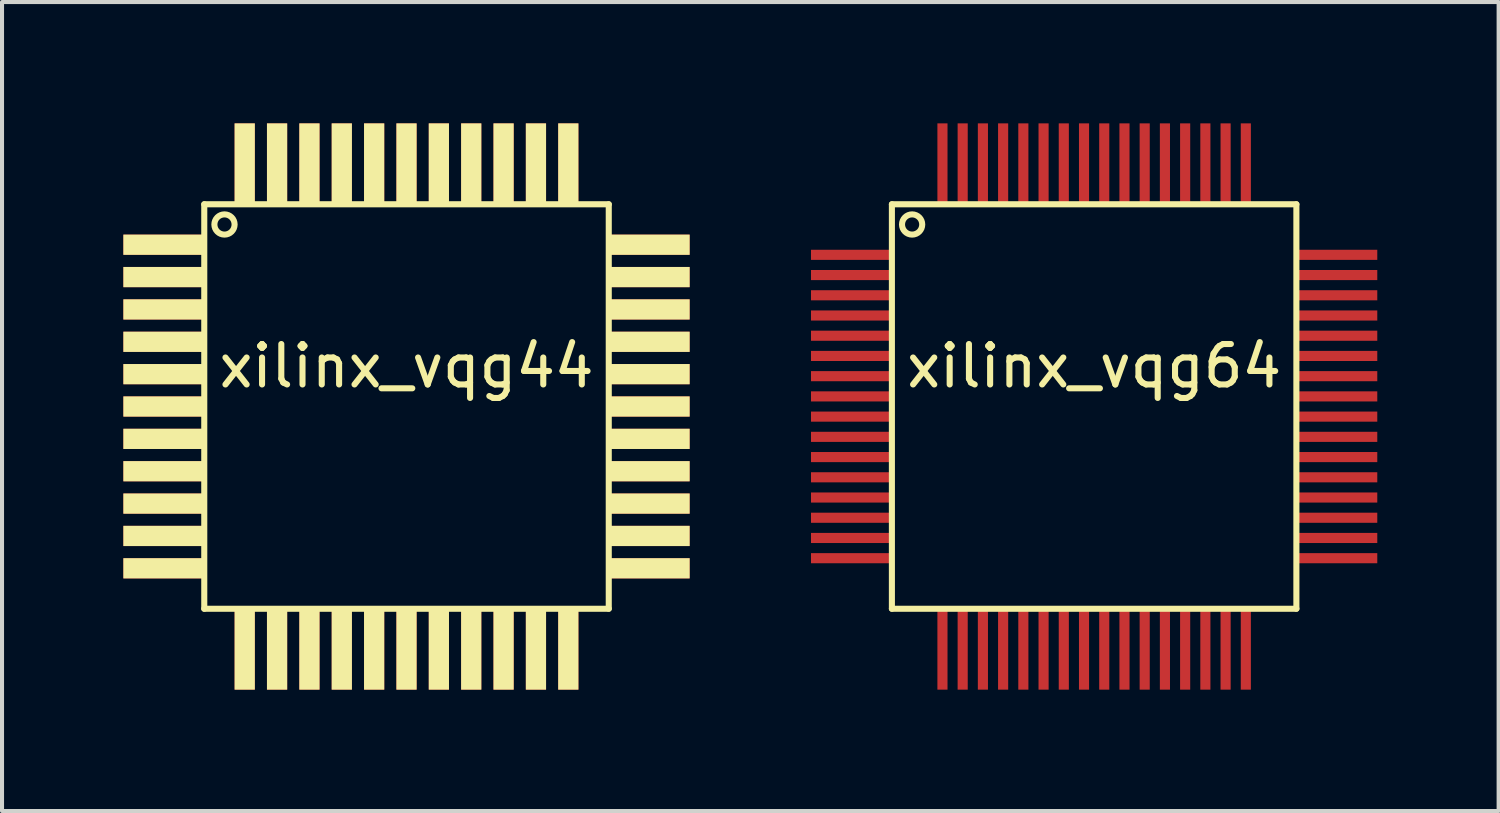
<source format=kicad_pcb>
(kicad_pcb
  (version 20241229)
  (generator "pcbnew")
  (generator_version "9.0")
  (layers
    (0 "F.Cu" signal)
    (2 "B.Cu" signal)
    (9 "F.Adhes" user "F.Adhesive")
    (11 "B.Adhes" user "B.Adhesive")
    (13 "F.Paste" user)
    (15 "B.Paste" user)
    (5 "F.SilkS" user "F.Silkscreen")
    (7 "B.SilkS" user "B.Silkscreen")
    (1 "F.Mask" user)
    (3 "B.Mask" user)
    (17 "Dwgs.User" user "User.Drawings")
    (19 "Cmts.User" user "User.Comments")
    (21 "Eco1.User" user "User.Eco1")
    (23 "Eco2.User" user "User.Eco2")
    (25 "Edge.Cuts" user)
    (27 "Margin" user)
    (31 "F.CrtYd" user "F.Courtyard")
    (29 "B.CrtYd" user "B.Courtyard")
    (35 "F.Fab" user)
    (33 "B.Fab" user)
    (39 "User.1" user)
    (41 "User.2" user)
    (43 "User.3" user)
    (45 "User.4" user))
  (footprint "xilinx_vqg64"
    (layer "F.Cu")
    (at 24 7)
    (property "Reference" "xilinx_vqg64" (at 0 -1 0) (layer "F.SilkS") (effects (font (size 1 1) (thickness 0.15))))
    (attr through_hole)
    (fp_line (start -5 -5) (end -5 5) (stroke (width 0.15) (type solid)) (layer "F.SilkS"))
    (fp_line (start -5 5) (end 5 5) (stroke (width 0.15) (type solid)) (layer "F.SilkS"))
    (fp_line (start 5 -5) (end -5 -5) (stroke (width 0.15) (type solid)) (layer "F.SilkS"))
    (fp_line (start 5 5) (end 5 -5) (stroke (width 0.15) (type solid)) (layer "F.SilkS"))
    (fp_circle (center -4.5 -4.5) (end -4.5 -4.25) (stroke (width 0.15) (type solid)) (fill no) (layer "F.SilkS"))
    (pad "1" smd rect (at -6 -3.75) (size 2 0.25) (layers "F.Cu" "F.Mask" "F.Paste"))
    (pad "2" smd rect (at -6 -3.25) (size 2 0.25) (layers "F.Cu" "F.Mask" "F.Paste"))
    (pad "3" smd rect (at -6 -2.75) (size 2 0.25) (layers "F.Cu" "F.Mask" "F.Paste"))
    (pad "4" smd rect (at -6 -2.25) (size 2 0.25) (layers "F.Cu" "F.Mask" "F.Paste"))
    (pad "5" smd rect (at -6 -1.75) (size 2 0.25) (layers "F.Cu" "F.Mask" "F.Paste"))
    (pad "6" smd rect (at -6 -1.25) (size 2 0.25) (layers "F.Cu" "F.Mask" "F.Paste"))
    (pad "7" smd rect (at -6 -0.75) (size 2 0.25) (layers "F.Cu" "F.Mask" "F.Paste"))
    (pad "8" smd rect (at -6 -0.25) (size 2 0.25) (layers "F.Cu" "F.Mask" "F.Paste"))
    (pad "9" smd rect (at -6 0.25) (size 2 0.25) (layers "F.Cu" "F.Mask" "F.Paste"))
    (pad "10" smd rect (at -6 0.75) (size 2 0.25) (layers "F.Cu" "F.Mask" "F.Paste"))
    (pad "11" smd rect (at -6 1.25) (size 2 0.25) (layers "F.Cu" "F.Mask" "F.Paste"))
    (pad "12" smd rect (at -6 1.75) (size 2 0.25) (layers "F.Cu" "F.Mask" "F.Paste"))
    (pad "13" smd rect (at -6 2.25) (size 2 0.25) (layers "F.Cu" "F.Mask" "F.Paste"))
    (pad "14" smd rect (at -6 2.75) (size 2 0.25) (layers "F.Cu" "F.Mask" "F.Paste"))
    (pad "15" smd rect (at -6 3.25) (size 2 0.25) (layers "F.Cu" "F.Mask" "F.Paste"))
    (pad "16" smd rect (at -6 3.75) (size 2 0.25) (layers "F.Cu" "F.Mask" "F.Paste"))
    (pad "17" smd rect (at -3.75 6) (size 0.25 2) (layers "F.Cu" "F.Mask" "F.Paste"))
    (pad "18" smd rect (at -3.25 6) (size 0.25 2) (layers "F.Cu" "F.Mask" "F.Paste"))
    (pad "19" smd rect (at -2.75 6) (size 0.25 2) (layers "F.Cu" "F.Mask" "F.Paste"))
    (pad "20" smd rect (at -2.25 6) (size 0.25 2) (layers "F.Cu" "F.Mask" "F.Paste"))
    (pad "21" smd rect (at -1.75 6) (size 0.25 2) (layers "F.Cu" "F.Mask" "F.Paste"))
    (pad "22" smd rect (at -1.25 6) (size 0.25 2) (layers "F.Cu" "F.Mask" "F.Paste"))
    (pad "23" smd rect (at -0.75 6) (size 0.25 2) (layers "F.Cu" "F.Mask" "F.Paste"))
    (pad "24" smd rect (at -0.25 6) (size 0.25 2) (layers "F.Cu" "F.Mask" "F.Paste"))
    (pad "25" smd rect (at 0.25 6) (size 0.25 2) (layers "F.Cu" "F.Mask" "F.Paste"))
    (pad "26" smd rect (at 0.75 6) (size 0.25 2) (layers "F.Cu" "F.Mask" "F.Paste"))
    (pad "27" smd rect (at 1.25 6) (size 0.25 2) (layers "F.Cu" "F.Mask" "F.Paste"))
    (pad "28" smd rect (at 1.75 6) (size 0.25 2) (layers "F.Cu" "F.Mask" "F.Paste"))
    (pad "29" smd rect (at 2.25 6) (size 0.25 2) (layers "F.Cu" "F.Mask" "F.Paste"))
    (pad "30" smd rect (at 2.75 6) (size 0.25 2) (layers "F.Cu" "F.Mask" "F.Paste"))
    (pad "31" smd rect (at 3.25 6) (size 0.25 2) (layers "F.Cu" "F.Mask" "F.Paste"))
    (pad "32" smd rect (at 3.75 6) (size 0.25 2) (layers "F.Cu" "F.Mask" "F.Paste"))
    (pad "33" smd rect (at 6 3.75) (size 2 0.25) (layers "F.Cu" "F.Mask" "F.Paste"))
    (pad "34" smd rect (at 6 3.25) (size 2 0.25) (layers "F.Cu" "F.Mask" "F.Paste"))
    (pad "35" smd rect (at 6 2.75) (size 2 0.25) (layers "F.Cu" "F.Mask" "F.Paste"))
    (pad "36" smd rect (at 6 2.25) (size 2 0.25) (layers "F.Cu" "F.Mask" "F.Paste"))
    (pad "37" smd rect (at 6 1.75) (size 2 0.25) (layers "F.Cu" "F.Mask" "F.Paste"))
    (pad "38" smd rect (at 6 1.25) (size 2 0.25) (layers "F.Cu" "F.Mask" "F.Paste"))
    (pad "39" smd rect (at 6 0.75) (size 2 0.25) (layers "F.Cu" "F.Mask" "F.Paste"))
    (pad "40" smd rect (at 6 0.25) (size 2 0.25) (layers "F.Cu" "F.Mask" "F.Paste"))
    (pad "41" smd rect (at 6 -0.25) (size 2 0.25) (layers "F.Cu" "F.Mask" "F.Paste"))
    (pad "42" smd rect (at 6 -0.75) (size 2 0.25) (layers "F.Cu" "F.Mask" "F.Paste"))
    (pad "43" smd rect (at 6 -1.25) (size 2 0.25) (layers "F.Cu" "F.Mask" "F.Paste"))
    (pad "44" smd rect (at 6 -1.75) (size 2 0.25) (layers "F.Cu" "F.Mask" "F.Paste"))
    (pad "45" smd rect (at 6 -2.25) (size 2 0.25) (layers "F.Cu" "F.Mask" "F.Paste"))
    (pad "46" smd rect (at 6 -2.75) (size 2 0.25) (layers "F.Cu" "F.Mask" "F.Paste"))
    (pad "47" smd rect (at 6 -3.25) (size 2 0.25) (layers "F.Cu" "F.Mask" "F.Paste"))
    (pad "48" smd rect (at 6 -3.75) (size 2 0.25) (layers "F.Cu" "F.Mask" "F.Paste"))
    (pad "49" smd rect (at 3.75 -6) (size 0.25 2) (layers "F.Cu" "F.Mask" "F.Paste"))
    (pad "50" smd rect (at 3.25 -6) (size 0.25 2) (layers "F.Cu" "F.Mask" "F.Paste"))
    (pad "51" smd rect (at 2.75 -6) (size 0.25 2) (layers "F.Cu" "F.Mask" "F.Paste"))
    (pad "52" smd rect (at 2.25 -6) (size 0.25 2) (layers "F.Cu" "F.Mask" "F.Paste"))
    (pad "53" smd rect (at 1.75 -6) (size 0.25 2) (layers "F.Cu" "F.Mask" "F.Paste"))
    (pad "54" smd rect (at 1.25 -6) (size 0.25 2) (layers "F.Cu" "F.Mask" "F.Paste"))
    (pad "55" smd rect (at 0.75 -6) (size 0.25 2) (layers "F.Cu" "F.Mask" "F.Paste"))
    (pad "56" smd rect (at 0.25 -6) (size 0.25 2) (layers "F.Cu" "F.Mask" "F.Paste"))
    (pad "57" smd rect (at -0.25 -6) (size 0.25 2) (layers "F.Cu" "F.Mask" "F.Paste"))
    (pad "58" smd rect (at -0.75 -6) (size 0.25 2) (layers "F.Cu" "F.Mask" "F.Paste"))
    (pad "59" smd rect (at -1.25 -6) (size 0.25 2) (layers "F.Cu" "F.Mask" "F.Paste"))
    (pad "60" smd rect (at -1.75 -6) (size 0.25 2) (layers "F.Cu" "F.Mask" "F.Paste"))
    (pad "61" smd rect (at -2.25 -6) (size 0.25 2) (layers "F.Cu" "F.Mask" "F.Paste"))
    (pad "62" smd rect (at -2.75 -6) (size 0.25 2) (layers "F.Cu" "F.Mask" "F.Paste"))
    (pad "63" smd rect (at -3.25 -6) (size 0.25 2) (layers "F.Cu" "F.Mask" "F.Paste"))
    (pad "64" smd rect (at -3.75 -6) (size 0.25 2) (layers "F.Cu" "F.Mask" "F.Paste")))
  (footprint "xilinx_vqg44"
    (layer "F.Cu")
    (at 7 7)
    (property "Reference" "xilinx_vqg44" (at 0 -1 0) (layer "F.SilkS") (effects (font (size 1 1) (thickness 0.15))))
    (attr through_hole)
    (fp_line (start -5 -5) (end -5 5) (stroke (width 0.15) (type solid)) (layer "F.SilkS"))
    (fp_line (start -5 5) (end 5 5) (stroke (width 0.15) (type solid)) (layer "F.SilkS"))
    (fp_line (start 5 -5) (end -5 -5) (stroke (width 0.15) (type solid)) (layer "F.SilkS"))
    (fp_line (start 5 5) (end 5 -5) (stroke (width 0.15) (type solid)) (layer "F.SilkS"))
    (fp_circle (center -4.5 -4.5) (end -4.5 -4.25) (stroke (width 0.15) (type solid)) (fill no) (layer "F.SilkS"))
    (pad "1" smd rect (at -6 -4) (size 2 0.5) (layers "F.Cu" "F.Mask" "F.SilkS"))
    (pad "2" smd rect (at -6 -3.2) (size 2 0.5) (layers "F.Cu" "F.Mask" "F.SilkS"))
    (pad "3" smd rect (at -6 -2.4) (size 2 0.5) (layers "F.Cu" "F.Mask" "F.SilkS"))
    (pad "4" smd rect (at -6 -1.6) (size 2 0.5) (layers "F.Cu" "F.Mask" "F.SilkS"))
    (pad "5" smd rect (at -6 -0.8) (size 2 0.5) (layers "F.Cu" "F.Mask" "F.SilkS"))
    (pad "6" smd rect (at -6 0) (size 2 0.5) (layers "F.Cu" "F.Mask" "F.SilkS"))
    (pad "7" smd rect (at -6 0.8) (size 2 0.5) (layers "F.Cu" "F.Mask" "F.SilkS"))
    (pad "8" smd rect (at -6 1.6) (size 2 0.5) (layers "F.Cu" "F.Mask" "F.SilkS"))
    (pad "9" smd rect (at -6 2.4) (size 2 0.5) (layers "F.Cu" "F.Mask" "F.SilkS"))
    (pad "10" smd rect (at -6 3.2) (size 2 0.5) (layers "F.Cu" "F.Mask" "F.SilkS"))
    (pad "11" smd rect (at -6 4) (size 2 0.5) (layers "F.Cu" "F.Mask" "F.SilkS"))
    (pad "12" smd rect (at -4 6) (size 0.5 2) (layers "F.Cu" "F.Mask" "F.SilkS"))
    (pad "13" smd rect (at -3.2 6) (size 0.5 2) (layers "F.Cu" "F.Mask" "F.SilkS"))
    (pad "14" smd rect (at -2.4 6) (size 0.5 2) (layers "F.Cu" "F.Mask" "F.SilkS"))
    (pad "15" smd rect (at -1.6 6) (size 0.5 2) (layers "F.Cu" "F.Mask" "F.SilkS"))
    (pad "16" smd rect (at -0.8 6) (size 0.5 2) (layers "F.Cu" "F.Mask" "F.SilkS"))
    (pad "17" smd rect (at 0 6) (size 0.5 2) (layers "F.Cu" "F.Mask" "F.SilkS"))
    (pad "18" smd rect (at 0.8 6) (size 0.5 2) (layers "F.Cu" "F.Mask" "F.SilkS"))
    (pad "19" smd rect (at 1.6 6) (size 0.5 2) (layers "F.Cu" "F.Mask" "F.SilkS"))
    (pad "20" smd rect (at 2.4 6) (size 0.5 2) (layers "F.Cu" "F.Mask" "F.SilkS"))
    (pad "21" smd rect (at 3.2 6) (size 0.5 2) (layers "F.Cu" "F.Mask" "F.SilkS"))
    (pad "22" smd rect (at 4 6) (size 0.5 2) (layers "F.Cu" "F.Mask" "F.SilkS"))
    (pad "23" smd rect (at 6 4) (size 2 0.5) (layers "F.Cu" "F.Mask" "F.SilkS"))
    (pad "24" smd rect (at 6 3.2) (size 2 0.5) (layers "F.Cu" "F.Mask" "F.SilkS"))
    (pad "25" smd rect (at 6 2.4) (size 2 0.5) (layers "F.Cu" "F.Mask" "F.SilkS"))
    (pad "26" smd rect (at 6 1.6) (size 2 0.5) (layers "F.Cu" "F.Mask" "F.SilkS"))
    (pad "27" smd rect (at 6 0.8) (size 2 0.5) (layers "F.Cu" "F.Mask" "F.SilkS"))
    (pad "28" smd rect (at 6 0) (size 2 0.5) (layers "F.Cu" "F.Mask" "F.SilkS"))
    (pad "29" smd rect (at 6 -0.8) (size 2 0.5) (layers "F.Cu" "F.Mask" "F.SilkS"))
    (pad "30" smd rect (at 6 -1.6) (size 2 0.5) (layers "F.Cu" "F.Mask" "F.SilkS"))
    (pad "31" smd rect (at 6 -2.4) (size 2 0.5) (layers "F.Cu" "F.Mask" "F.SilkS"))
    (pad "32" smd rect (at 6 -3.2) (size 2 0.5) (layers "F.Cu" "F.Mask" "F.SilkS"))
    (pad "33" smd rect (at 6 -4) (size 2 0.5) (layers "F.Cu" "F.Mask" "F.SilkS"))
    (pad "34" smd rect (at 4 -6) (size 0.5 2) (layers "F.Cu" "F.Mask" "F.SilkS"))
    (pad "35" smd rect (at 3.2 -6) (size 0.5 2) (layers "F.Cu" "F.Mask" "F.SilkS"))
    (pad "36" smd rect (at 2.4 -6) (size 0.5 2) (layers "F.Cu" "F.Mask" "F.SilkS"))
    (pad "37" smd rect (at 1.6 -6) (size 0.5 2) (layers "F.Cu" "F.Mask" "F.SilkS"))
    (pad "38" smd rect (at 0.8 -6) (size 0.5 2) (layers "F.Cu" "F.Mask" "F.SilkS"))
    (pad "39" smd rect (at 0 -6) (size 0.5 2) (layers "F.Cu" "F.Mask" "F.SilkS"))
    (pad "40" smd rect (at -0.8 -6) (size 0.5 2) (layers "F.Cu" "F.Mask" "F.SilkS"))
    (pad "41" smd rect (at -1.6 -6) (size 0.5 2) (layers "F.Cu" "F.Mask" "F.SilkS"))
    (pad "42" smd rect (at -2.4 -6) (size 0.5 2) (layers "F.Cu" "F.Mask" "F.SilkS"))
    (pad "43" smd rect (at -3.2 -6) (size 0.5 2) (layers "F.Cu" "F.Mask" "F.SilkS"))
    (pad "44" smd rect (at -4 -6) (size 0.5 2) (layers "F.Cu" "F.Mask" "F.SilkS")))
  (gr_rect
    (start -3 -3)
    (end 34 17)
    (stroke (width 0.1) (type default))
    (fill no)
    (layer "Edge.Cuts")))
</source>
